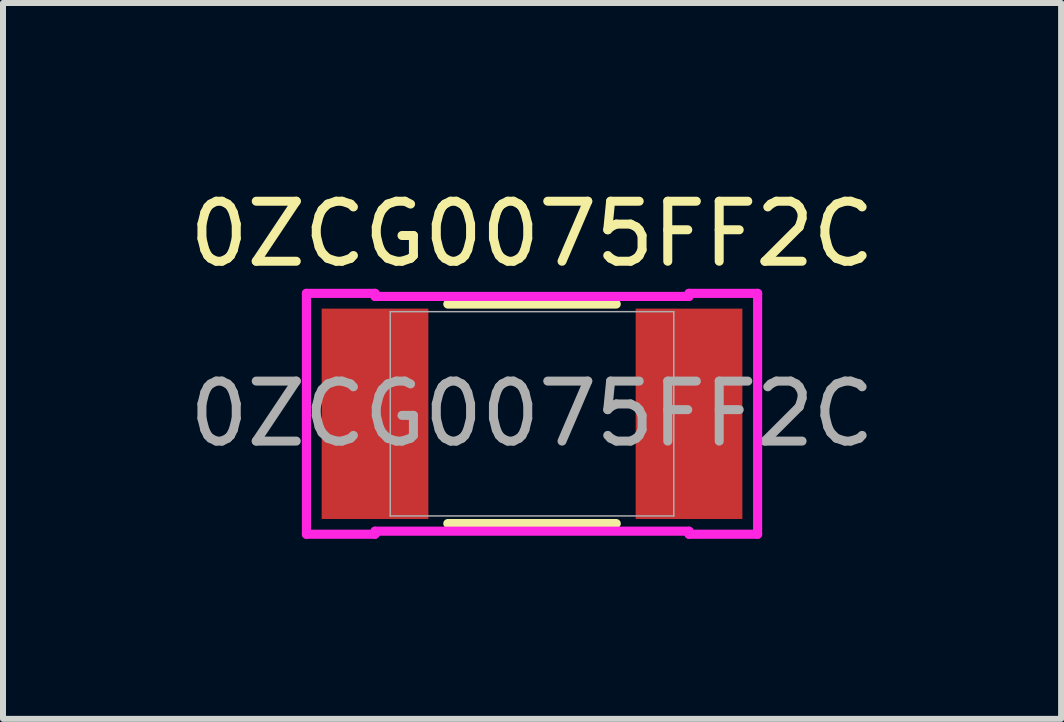
<source format=kicad_pcb>
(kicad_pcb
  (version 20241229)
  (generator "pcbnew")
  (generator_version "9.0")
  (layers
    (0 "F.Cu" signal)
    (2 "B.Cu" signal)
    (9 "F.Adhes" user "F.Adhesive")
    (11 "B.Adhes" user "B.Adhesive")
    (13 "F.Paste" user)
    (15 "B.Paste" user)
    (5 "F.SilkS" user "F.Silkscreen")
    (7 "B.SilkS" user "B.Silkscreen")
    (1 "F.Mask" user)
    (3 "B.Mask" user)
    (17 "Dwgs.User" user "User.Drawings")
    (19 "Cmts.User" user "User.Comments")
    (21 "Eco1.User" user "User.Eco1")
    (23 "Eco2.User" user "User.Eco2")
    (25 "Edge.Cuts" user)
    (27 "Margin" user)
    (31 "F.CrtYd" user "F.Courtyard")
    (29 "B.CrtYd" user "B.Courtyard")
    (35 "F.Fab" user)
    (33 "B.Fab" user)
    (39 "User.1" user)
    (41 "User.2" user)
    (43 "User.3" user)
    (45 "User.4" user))
  (footprint "0ZCG0075FF2C"
    (layer "F.Cu")
    (at 5.815 3.845)
    (property "Reference" "0ZCG0075FF2C" (at 0 -2.997 0) (unlocked yes) (layer "F.SilkS") (effects (font (size 1 1) (thickness 0.15))))
    (attr smd)
    (fp_line (start -1.403 1.829) (end 1.403 1.829) (stroke (width 0.152) (type solid)) (layer "F.SilkS"))
    (fp_line (start 1.403 -1.829) (end -1.403 -1.829) (stroke (width 0.152) (type solid)) (layer "F.SilkS"))
    (fp_line (start -3.759 -2.007) (end -2.616 -2.007) (stroke (width 0.152) (type solid)) (layer "F.CrtYd"))
    (fp_line (start -3.759 2.007) (end -3.759 -2.007) (stroke (width 0.152) (type solid)) (layer "F.CrtYd"))
    (fp_line (start -3.759 2.007) (end -2.616 2.007) (stroke (width 0.152) (type solid)) (layer "F.CrtYd"))
    (fp_line (start -2.616 -2.007) (end -2.616 -1.956) (stroke (width 0.152) (type solid)) (layer "F.CrtYd"))
    (fp_line (start -2.616 -1.956) (end 2.616 -1.956) (stroke (width 0.152) (type solid)) (layer "F.CrtYd"))
    (fp_line (start -2.616 1.956) (end 2.616 1.956) (stroke (width 0.152) (type solid)) (layer "F.CrtYd"))
    (fp_line (start -2.616 2.007) (end -2.616 1.956) (stroke (width 0.152) (type solid)) (layer "F.CrtYd"))
    (fp_line (start 2.616 -2.007) (end 3.759 -2.007) (stroke (width 0.152) (type solid)) (layer "F.CrtYd"))
    (fp_line (start 2.616 -1.956) (end 2.616 -2.007) (stroke (width 0.152) (type solid)) (layer "F.CrtYd"))
    (fp_line (start 2.616 1.956) (end 2.616 2.007) (stroke (width 0.152) (type solid)) (layer "F.CrtYd"))
    (fp_line (start 2.616 2.007) (end 3.759 2.007) (stroke (width 0.152) (type solid)) (layer "F.CrtYd"))
    (fp_line (start 3.759 -2.007) (end 3.759 2.007) (stroke (width 0.152) (type solid)) (layer "F.CrtYd"))
    (fp_line (start -2.362 -1.702) (end -2.362 1.702) (stroke (width 0.025) (type solid)) (layer "F.Fab"))
    (fp_line (start -2.362 1.702) (end 2.362 1.702) (stroke (width 0.025) (type solid)) (layer "F.Fab"))
    (fp_line (start 2.362 -1.702) (end -2.362 -1.702) (stroke (width 0.025) (type solid)) (layer "F.Fab"))
    (fp_line (start 2.362 1.702) (end 2.362 -1.702) (stroke (width 0.025) (type solid)) (layer "F.Fab"))
    (fp_circle (center -2.108 0) (end -2.108 0) (stroke (width 0.025) (type solid)) (fill no) (layer "F.Fab"))
    (fp_text user "${REFERENCE}" (at 0 0 0) (unlocked yes) (layer "F.Fab") (effects (font (size 1 1) (thickness 0.15))))
    (pad "1" smd rect (at -2.616 0) (size 1.778 3.505) (layers "F.Cu" "F.Mask" "F.Paste"))
    (pad "2" smd rect (at 2.616 0) (size 1.778 3.505) (layers "F.Cu" "F.Mask" "F.Paste"))
    (zone (net_name "") (layer "F.Cu") (hatch full 0.508) (connect_pads) (min_thickness 0.254) (filled_areas_thickness no) (keepout (tracks not_allowed) (vias not_allowed) (pads allowed) (copperpour not_allowed) (footprints allowed)) (placement (enabled no)) (fill) (polygon (pts (xy 4.139 2.144) (xy 7.492 2.144) (xy 7.492 5.547) (xy 4.139 5.547)))))
  (gr_rect
    (start -3 -3)
    (end 14.631 8.928)
    (stroke (width 0.1) (type default))
    (fill no)
    (layer "Edge.Cuts")))
</source>
